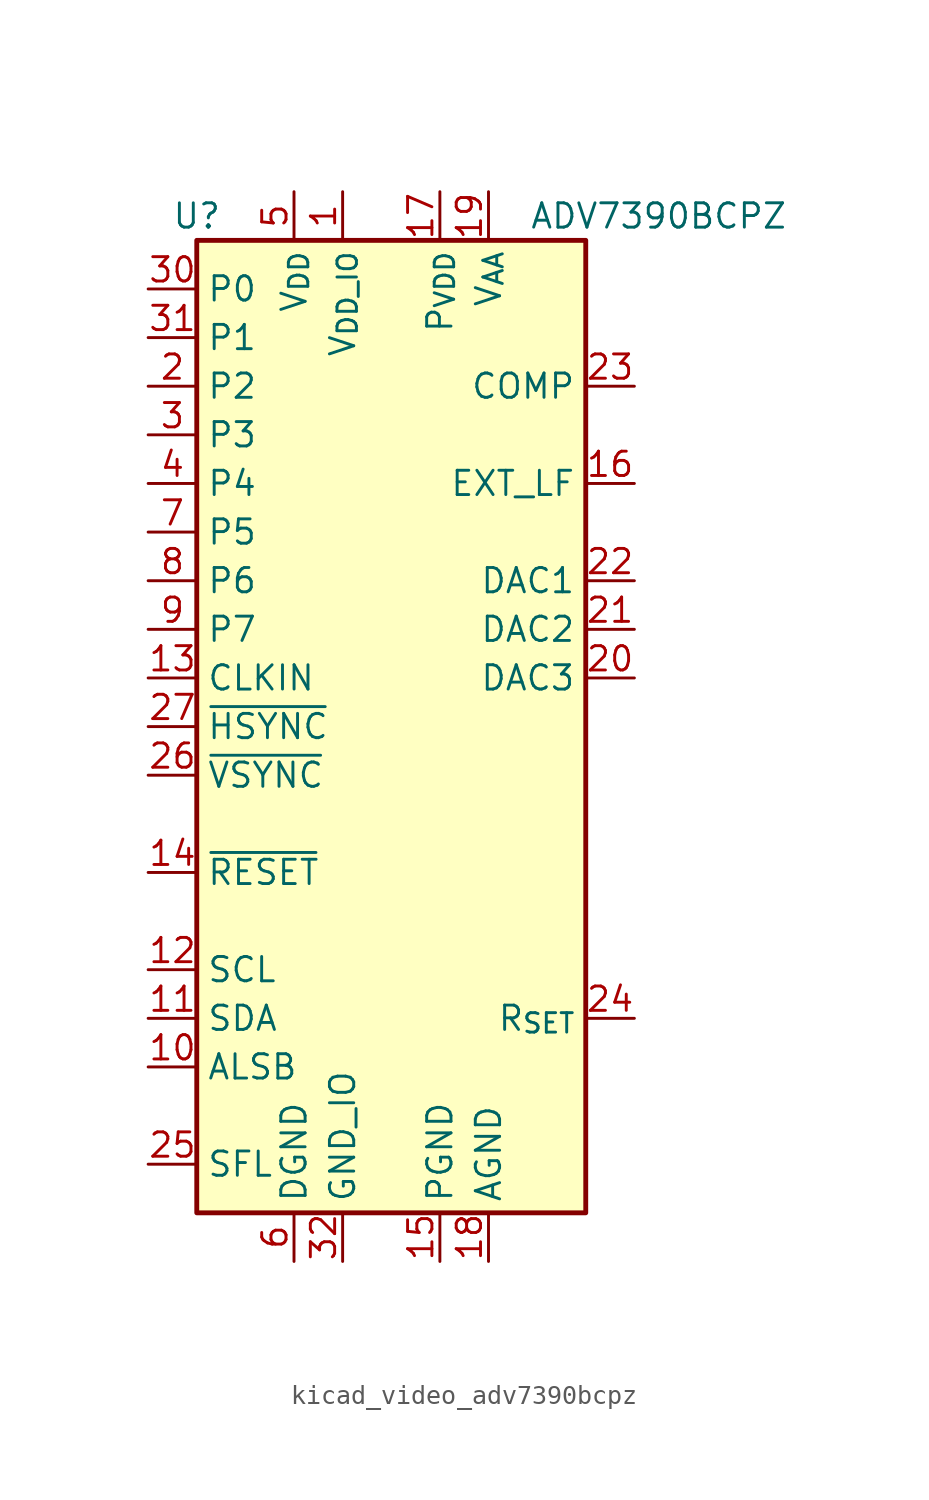
<source format=kicad_sym>
(kicad_symbol_lib
  (version 20220914)
  (generator kicad_symbol_editor)
  (symbol "kicad_video_adv7390bcpz"
    (property "Reference" "U"
      (at -10.16 26.67 0)
      (effects (font (size 1.27 1.27))))
    (property "Value" "ADV7390BCPZ"
      (at 13.97 26.67 0)
      (effects (font (size 1.27 1.27))))
    (symbol "kicad_video_adv7390bcpz_0_1"
      (rectangle (start -10.16 25.4) (end 10.16 -25.4) (stroke (width 0.254) (type default)) (fill (type background))))
    (symbol "kicad_video_adv7390bcpz_1_1"
      (pin power_in line (at -2.54 27.94 270) (length 2.54) (name "V_{DD_IO}" (effects (font (size 1.27 1.27)))) (number "1" (effects (font (size 1.27 1.27)))))
      (pin input line (at -12.7 -17.78 0) (length 2.54) (name "ALSB" (effects (font (size 1.27 1.27)))) (number "10" (effects (font (size 1.27 1.27)))))
      (pin bidirectional line (at -12.7 -15.24 0) (length 2.54) (name "SDA" (effects (font (size 1.27 1.27)))) (number "11" (effects (font (size 1.27 1.27)))))
      (pin input line (at -12.7 -12.7 0) (length 2.54) (name "SCL" (effects (font (size 1.27 1.27)))) (number "12" (effects (font (size 1.27 1.27)))))
      (pin input line (at -12.7 2.54 0) (length 2.54) (name "CLKIN" (effects (font (size 1.27 1.27)))) (number "13" (effects (font (size 1.27 1.27)))))
      (pin input line (at -12.7 -7.62 0) (length 2.54) (name "~{RESET}" (effects (font (size 1.27 1.27)))) (number "14" (effects (font (size 1.27 1.27)))))
      (pin power_in line (at 2.54 -27.94 90) (length 2.54) (name "PGND" (effects (font (size 1.27 1.27)))) (number "15" (effects (font (size 1.27 1.27)))))
      (pin passive line (at 12.7 12.7 180) (length 2.54) (name "EXT_LF" (effects (font (size 1.27 1.27)))) (number "16" (effects (font (size 1.27 1.27)))))
      (pin power_in line (at 2.54 27.94 270) (length 2.54) (name "P_{VDD}" (effects (font (size 1.27 1.27)))) (number "17" (effects (font (size 1.27 1.27)))))
      (pin power_in line (at 5.08 -27.94 90) (length 2.54) (name "AGND" (effects (font (size 1.27 1.27)))) (number "18" (effects (font (size 1.27 1.27)))))
      (pin power_in line (at 5.08 27.94 270) (length 2.54) (name "V_{AA}" (effects (font (size 1.27 1.27)))) (number "19" (effects (font (size 1.27 1.27)))))
      (pin input line (at -12.7 17.78 0) (length 2.54) (name "P2" (effects (font (size 1.27 1.27)))) (number "2" (effects (font (size 1.27 1.27)))))
      (pin output line (at 12.7 2.54 180) (length 2.54) (name "DAC3" (effects (font (size 1.27 1.27)))) (number "20" (effects (font (size 1.27 1.27)))))
      (pin output line (at 12.7 5.08 180) (length 2.54) (name "DAC2" (effects (font (size 1.27 1.27)))) (number "21" (effects (font (size 1.27 1.27)))))
      (pin output line (at 12.7 7.62 180) (length 2.54) (name "DAC1" (effects (font (size 1.27 1.27)))) (number "22" (effects (font (size 1.27 1.27)))))
      (pin output line (at 12.7 17.78 180) (length 2.54) (name "COMP" (effects (font (size 1.27 1.27)))) (number "23" (effects (font (size 1.27 1.27)))))
      (pin input line (at 12.7 -15.24 180) (length 2.54) (name "R_{SET}" (effects (font (size 1.27 1.27)))) (number "24" (effects (font (size 1.27 1.27)))))
      (pin input line (at -12.7 -22.86 0) (length 2.54) (name "SFL" (effects (font (size 1.27 1.27)))) (number "25" (effects (font (size 1.27 1.27)))))
      (pin bidirectional line (at -12.7 -2.54 0) (length 2.54) (name "~{VSYNC}" (effects (font (size 1.27 1.27)))) (number "26" (effects (font (size 1.27 1.27)))))
      (pin bidirectional line (at -12.7 0 0) (length 2.54) (name "~{HSYNC}" (effects (font (size 1.27 1.27)))) (number "27" (effects (font (size 1.27 1.27)))))
      (pin passive line (at -5.08 27.94 270) (length 2.54) hide (name "V_{DD}" (effects (font (size 1.27 1.27)))) (number "28" (effects (font (size 1.27 1.27)))))
      (pin passive line (at -5.08 -27.94 90) (length 2.54) hide (name "DGND" (effects (font (size 1.27 1.27)))) (number "29" (effects (font (size 1.27 1.27)))))
      (pin input line (at -12.7 15.24 0) (length 2.54) (name "P3" (effects (font (size 1.27 1.27)))) (number "3" (effects (font (size 1.27 1.27)))))
      (pin input line (at -12.7 22.86 0) (length 2.54) (name "P0" (effects (font (size 1.27 1.27)))) (number "30" (effects (font (size 1.27 1.27)))))
      (pin input line (at -12.7 20.32 0) (length 2.54) (name "P1" (effects (font (size 1.27 1.27)))) (number "31" (effects (font (size 1.27 1.27)))))
      (pin power_in line (at -2.54 -27.94 90) (length 2.54) (name "GND_IO" (effects (font (size 1.27 1.27)))) (number "32" (effects (font (size 1.27 1.27)))))
      (pin passive line (at 5.08 -27.94 90) (length 2.54) hide (name "AGND" (effects (font (size 1.27 1.27)))) (number "33" (effects (font (size 1.27 1.27)))))
      (pin input line (at -12.7 12.7 0) (length 2.54) (name "P4" (effects (font (size 1.27 1.27)))) (number "4" (effects (font (size 1.27 1.27)))))
      (pin power_in line (at -5.08 27.94 270) (length 2.54) (name "V_{DD}" (effects (font (size 1.27 1.27)))) (number "5" (effects (font (size 1.27 1.27)))))
      (pin power_in line (at -5.08 -27.94 90) (length 2.54) (name "DGND" (effects (font (size 1.27 1.27)))) (number "6" (effects (font (size 1.27 1.27)))))
      (pin input line (at -12.7 10.16 0) (length 2.54) (name "P5" (effects (font (size 1.27 1.27)))) (number "7" (effects (font (size 1.27 1.27)))))
      (pin input line (at -12.7 7.62 0) (length 2.54) (name "P6" (effects (font (size 1.27 1.27)))) (number "8" (effects (font (size 1.27 1.27)))))
      (pin input line (at -12.7 5.08 0) (length 2.54) (name "P7" (effects (font (size 1.27 1.27)))) (number "9" (effects (font (size 1.27 1.27))))))))
</source>
